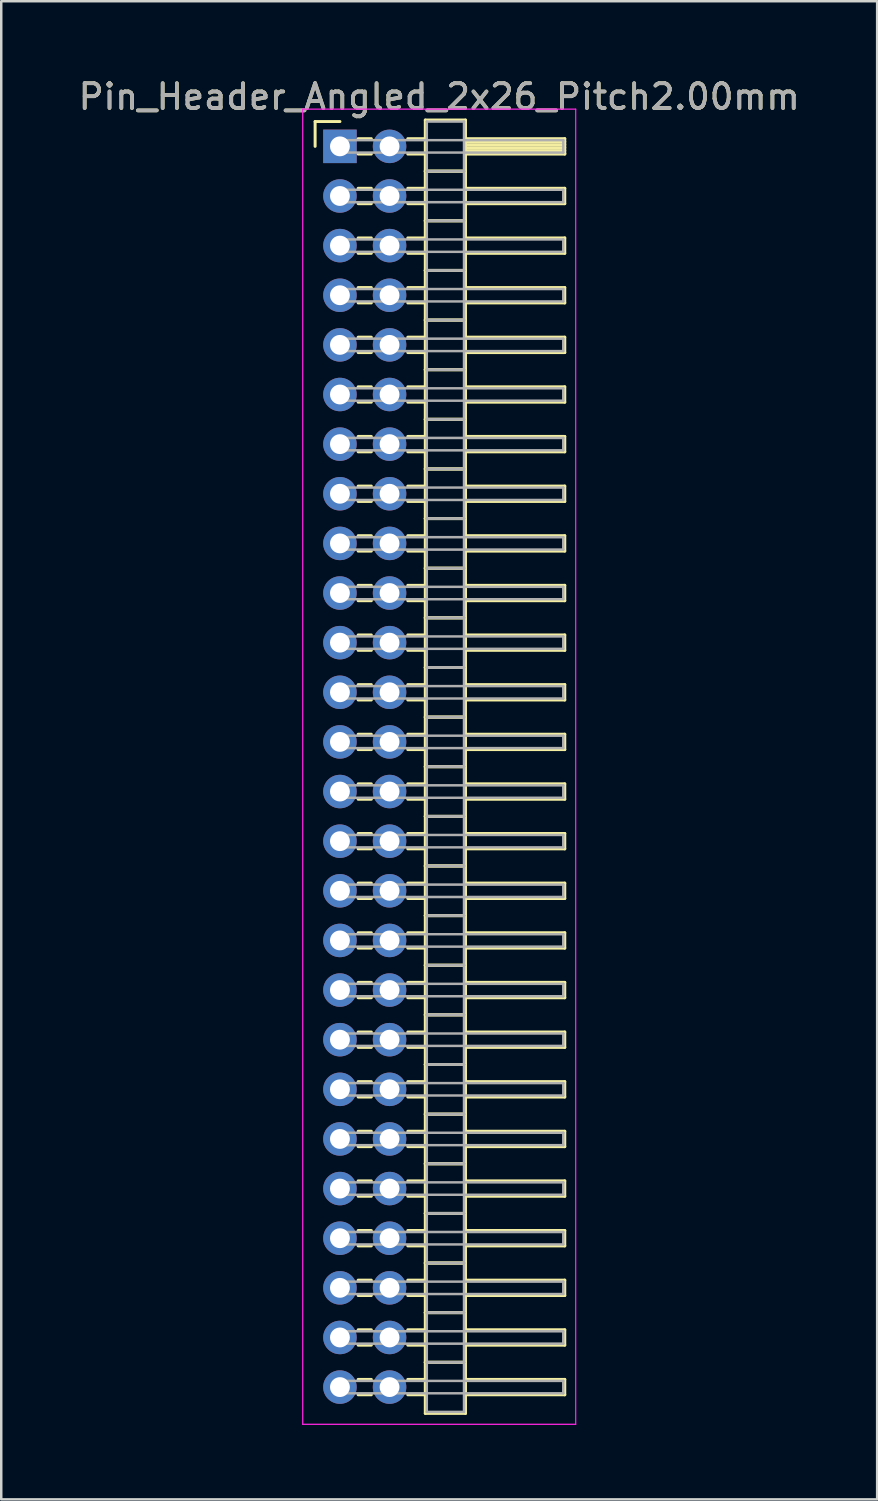
<source format=kicad_pcb>
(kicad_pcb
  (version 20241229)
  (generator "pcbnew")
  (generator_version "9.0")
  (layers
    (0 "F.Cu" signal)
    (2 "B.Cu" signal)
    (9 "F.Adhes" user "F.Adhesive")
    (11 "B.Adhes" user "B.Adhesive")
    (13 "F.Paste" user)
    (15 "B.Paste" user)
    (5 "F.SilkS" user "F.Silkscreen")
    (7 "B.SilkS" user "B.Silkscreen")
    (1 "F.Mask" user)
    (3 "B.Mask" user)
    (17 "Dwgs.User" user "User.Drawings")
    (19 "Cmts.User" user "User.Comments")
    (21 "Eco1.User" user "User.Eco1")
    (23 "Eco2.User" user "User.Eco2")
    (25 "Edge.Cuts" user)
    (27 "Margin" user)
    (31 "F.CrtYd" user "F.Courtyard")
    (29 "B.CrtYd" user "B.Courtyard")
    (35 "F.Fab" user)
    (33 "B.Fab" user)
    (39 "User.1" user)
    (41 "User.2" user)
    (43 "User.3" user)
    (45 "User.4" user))
  (footprint "Pin_Header_Angled_2x26_Pitch2.00mm"
    (layer "F.Cu")
    (at 10.649 2.848)
    (property "Reference" "Pin_Header_Angled_2x26_Pitch2.00mm" (at 4 -2 0) (layer "F.SilkS") (effects (font (size 1 1) (thickness 0.15))))
    (attr through_hole)
    (fp_line (start -1 -1) (end 0 -1) (stroke (width 0.12) (type solid)) (layer "F.SilkS"))
    (fp_line (start -1 0) (end -1 -1) (stroke (width 0.12) (type solid)) (layer "F.SilkS"))
    (fp_line (start 0.735 -0.31) (end 1.265 -0.31) (stroke (width 0.12) (type solid)) (layer "F.SilkS"))
    (fp_line (start 0.735 0.31) (end 1.265 0.31) (stroke (width 0.12) (type solid)) (layer "F.SilkS"))
    (fp_line (start 0.735 1.69) (end 1.265 1.69) (stroke (width 0.12) (type solid)) (layer "F.SilkS"))
    (fp_line (start 0.735 2.31) (end 1.265 2.31) (stroke (width 0.12) (type solid)) (layer "F.SilkS"))
    (fp_line (start 0.735 3.69) (end 1.265 3.69) (stroke (width 0.12) (type solid)) (layer "F.SilkS"))
    (fp_line (start 0.735 4.31) (end 1.265 4.31) (stroke (width 0.12) (type solid)) (layer "F.SilkS"))
    (fp_line (start 0.735 5.69) (end 1.265 5.69) (stroke (width 0.12) (type solid)) (layer "F.SilkS"))
    (fp_line (start 0.735 6.31) (end 1.265 6.31) (stroke (width 0.12) (type solid)) (layer "F.SilkS"))
    (fp_line (start 0.735 7.69) (end 1.265 7.69) (stroke (width 0.12) (type solid)) (layer "F.SilkS"))
    (fp_line (start 0.735 8.31) (end 1.265 8.31) (stroke (width 0.12) (type solid)) (layer "F.SilkS"))
    (fp_line (start 0.735 9.69) (end 1.265 9.69) (stroke (width 0.12) (type solid)) (layer "F.SilkS"))
    (fp_line (start 0.735 10.31) (end 1.265 10.31) (stroke (width 0.12) (type solid)) (layer "F.SilkS"))
    (fp_line (start 0.735 11.69) (end 1.265 11.69) (stroke (width 0.12) (type solid)) (layer "F.SilkS"))
    (fp_line (start 0.735 12.31) (end 1.265 12.31) (stroke (width 0.12) (type solid)) (layer "F.SilkS"))
    (fp_line (start 0.735 13.69) (end 1.265 13.69) (stroke (width 0.12) (type solid)) (layer "F.SilkS"))
    (fp_line (start 0.735 14.31) (end 1.265 14.31) (stroke (width 0.12) (type solid)) (layer "F.SilkS"))
    (fp_line (start 0.735 15.69) (end 1.265 15.69) (stroke (width 0.12) (type solid)) (layer "F.SilkS"))
    (fp_line (start 0.735 16.31) (end 1.265 16.31) (stroke (width 0.12) (type solid)) (layer "F.SilkS"))
    (fp_line (start 0.735 17.69) (end 1.265 17.69) (stroke (width 0.12) (type solid)) (layer "F.SilkS"))
    (fp_line (start 0.735 18.31) (end 1.265 18.31) (stroke (width 0.12) (type solid)) (layer "F.SilkS"))
    (fp_line (start 0.735 19.69) (end 1.265 19.69) (stroke (width 0.12) (type solid)) (layer "F.SilkS"))
    (fp_line (start 0.735 20.31) (end 1.265 20.31) (stroke (width 0.12) (type solid)) (layer "F.SilkS"))
    (fp_line (start 0.735 21.69) (end 1.265 21.69) (stroke (width 0.12) (type solid)) (layer "F.SilkS"))
    (fp_line (start 0.735 22.31) (end 1.265 22.31) (stroke (width 0.12) (type solid)) (layer "F.SilkS"))
    (fp_line (start 0.735 23.69) (end 1.265 23.69) (stroke (width 0.12) (type solid)) (layer "F.SilkS"))
    (fp_line (start 0.735 24.31) (end 1.265 24.31) (stroke (width 0.12) (type solid)) (layer "F.SilkS"))
    (fp_line (start 0.735 25.69) (end 1.265 25.69) (stroke (width 0.12) (type solid)) (layer "F.SilkS"))
    (fp_line (start 0.735 26.31) (end 1.265 26.31) (stroke (width 0.12) (type solid)) (layer "F.SilkS"))
    (fp_line (start 0.735 27.69) (end 1.265 27.69) (stroke (width 0.12) (type solid)) (layer "F.SilkS"))
    (fp_line (start 0.735 28.31) (end 1.265 28.31) (stroke (width 0.12) (type solid)) (layer "F.SilkS"))
    (fp_line (start 0.735 29.69) (end 1.265 29.69) (stroke (width 0.12) (type solid)) (layer "F.SilkS"))
    (fp_line (start 0.735 30.31) (end 1.265 30.31) (stroke (width 0.12) (type solid)) (layer "F.SilkS"))
    (fp_line (start 0.735 31.69) (end 1.265 31.69) (stroke (width 0.12) (type solid)) (layer "F.SilkS"))
    (fp_line (start 0.735 32.31) (end 1.265 32.31) (stroke (width 0.12) (type solid)) (layer "F.SilkS"))
    (fp_line (start 0.735 33.69) (end 1.265 33.69) (stroke (width 0.12) (type solid)) (layer "F.SilkS"))
    (fp_line (start 0.735 34.31) (end 1.265 34.31) (stroke (width 0.12) (type solid)) (layer "F.SilkS"))
    (fp_line (start 0.735 35.69) (end 1.265 35.69) (stroke (width 0.12) (type solid)) (layer "F.SilkS"))
    (fp_line (start 0.735 36.31) (end 1.265 36.31) (stroke (width 0.12) (type solid)) (layer "F.SilkS"))
    (fp_line (start 0.735 37.69) (end 1.265 37.69) (stroke (width 0.12) (type solid)) (layer "F.SilkS"))
    (fp_line (start 0.735 38.31) (end 1.265 38.31) (stroke (width 0.12) (type solid)) (layer "F.SilkS"))
    (fp_line (start 0.735 39.69) (end 1.265 39.69) (stroke (width 0.12) (type solid)) (layer "F.SilkS"))
    (fp_line (start 0.735 40.31) (end 1.265 40.31) (stroke (width 0.12) (type solid)) (layer "F.SilkS"))
    (fp_line (start 0.735 41.69) (end 1.265 41.69) (stroke (width 0.12) (type solid)) (layer "F.SilkS"))
    (fp_line (start 0.735 42.31) (end 1.265 42.31) (stroke (width 0.12) (type solid)) (layer "F.SilkS"))
    (fp_line (start 0.735 43.69) (end 1.265 43.69) (stroke (width 0.12) (type solid)) (layer "F.SilkS"))
    (fp_line (start 0.735 44.31) (end 1.265 44.31) (stroke (width 0.12) (type solid)) (layer "F.SilkS"))
    (fp_line (start 0.735 45.69) (end 1.265 45.69) (stroke (width 0.12) (type solid)) (layer "F.SilkS"))
    (fp_line (start 0.735 46.31) (end 1.265 46.31) (stroke (width 0.12) (type solid)) (layer "F.SilkS"))
    (fp_line (start 0.735 47.69) (end 1.265 47.69) (stroke (width 0.12) (type solid)) (layer "F.SilkS"))
    (fp_line (start 0.735 48.31) (end 1.265 48.31) (stroke (width 0.12) (type solid)) (layer "F.SilkS"))
    (fp_line (start 0.735 49.69) (end 1.265 49.69) (stroke (width 0.12) (type solid)) (layer "F.SilkS"))
    (fp_line (start 0.735 50.31) (end 1.265 50.31) (stroke (width 0.12) (type solid)) (layer "F.SilkS"))
    (fp_line (start 2.735 -0.31) (end 3.44 -0.31) (stroke (width 0.12) (type solid)) (layer "F.SilkS"))
    (fp_line (start 2.735 0.31) (end 3.44 0.31) (stroke (width 0.12) (type solid)) (layer "F.SilkS"))
    (fp_line (start 2.735 1.69) (end 3.44 1.69) (stroke (width 0.12) (type solid)) (layer "F.SilkS"))
    (fp_line (start 2.735 2.31) (end 3.44 2.31) (stroke (width 0.12) (type solid)) (layer "F.SilkS"))
    (fp_line (start 2.735 3.69) (end 3.44 3.69) (stroke (width 0.12) (type solid)) (layer "F.SilkS"))
    (fp_line (start 2.735 4.31) (end 3.44 4.31) (stroke (width 0.12) (type solid)) (layer "F.SilkS"))
    (fp_line (start 2.735 5.69) (end 3.44 5.69) (stroke (width 0.12) (type solid)) (layer "F.SilkS"))
    (fp_line (start 2.735 6.31) (end 3.44 6.31) (stroke (width 0.12) (type solid)) (layer "F.SilkS"))
    (fp_line (start 2.735 7.69) (end 3.44 7.69) (stroke (width 0.12) (type solid)) (layer "F.SilkS"))
    (fp_line (start 2.735 8.31) (end 3.44 8.31) (stroke (width 0.12) (type solid)) (layer "F.SilkS"))
    (fp_line (start 2.735 9.69) (end 3.44 9.69) (stroke (width 0.12) (type solid)) (layer "F.SilkS"))
    (fp_line (start 2.735 10.31) (end 3.44 10.31) (stroke (width 0.12) (type solid)) (layer "F.SilkS"))
    (fp_line (start 2.735 11.69) (end 3.44 11.69) (stroke (width 0.12) (type solid)) (layer "F.SilkS"))
    (fp_line (start 2.735 12.31) (end 3.44 12.31) (stroke (width 0.12) (type solid)) (layer "F.SilkS"))
    (fp_line (start 2.735 13.69) (end 3.44 13.69) (stroke (width 0.12) (type solid)) (layer "F.SilkS"))
    (fp_line (start 2.735 14.31) (end 3.44 14.31) (stroke (width 0.12) (type solid)) (layer "F.SilkS"))
    (fp_line (start 2.735 15.69) (end 3.44 15.69) (stroke (width 0.12) (type solid)) (layer "F.SilkS"))
    (fp_line (start 2.735 16.31) (end 3.44 16.31) (stroke (width 0.12) (type solid)) (layer "F.SilkS"))
    (fp_line (start 2.735 17.69) (end 3.44 17.69) (stroke (width 0.12) (type solid)) (layer "F.SilkS"))
    (fp_line (start 2.735 18.31) (end 3.44 18.31) (stroke (width 0.12) (type solid)) (layer "F.SilkS"))
    (fp_line (start 2.735 19.69) (end 3.44 19.69) (stroke (width 0.12) (type solid)) (layer "F.SilkS"))
    (fp_line (start 2.735 20.31) (end 3.44 20.31) (stroke (width 0.12) (type solid)) (layer "F.SilkS"))
    (fp_line (start 2.735 21.69) (end 3.44 21.69) (stroke (width 0.12) (type solid)) (layer "F.SilkS"))
    (fp_line (start 2.735 22.31) (end 3.44 22.31) (stroke (width 0.12) (type solid)) (layer "F.SilkS"))
    (fp_line (start 2.735 23.69) (end 3.44 23.69) (stroke (width 0.12) (type solid)) (layer "F.SilkS"))
    (fp_line (start 2.735 24.31) (end 3.44 24.31) (stroke (width 0.12) (type solid)) (layer "F.SilkS"))
    (fp_line (start 2.735 25.69) (end 3.44 25.69) (stroke (width 0.12) (type solid)) (layer "F.SilkS"))
    (fp_line (start 2.735 26.31) (end 3.44 26.31) (stroke (width 0.12) (type solid)) (layer "F.SilkS"))
    (fp_line (start 2.735 27.69) (end 3.44 27.69) (stroke (width 0.12) (type solid)) (layer "F.SilkS"))
    (fp_line (start 2.735 28.31) (end 3.44 28.31) (stroke (width 0.12) (type solid)) (layer "F.SilkS"))
    (fp_line (start 2.735 29.69) (end 3.44 29.69) (stroke (width 0.12) (type solid)) (layer "F.SilkS"))
    (fp_line (start 2.735 30.31) (end 3.44 30.31) (stroke (width 0.12) (type solid)) (layer "F.SilkS"))
    (fp_line (start 2.735 31.69) (end 3.44 31.69) (stroke (width 0.12) (type solid)) (layer "F.SilkS"))
    (fp_line (start 2.735 32.31) (end 3.44 32.31) (stroke (width 0.12) (type solid)) (layer "F.SilkS"))
    (fp_line (start 2.735 33.69) (end 3.44 33.69) (stroke (width 0.12) (type solid)) (layer "F.SilkS"))
    (fp_line (start 2.735 34.31) (end 3.44 34.31) (stroke (width 0.12) (type solid)) (layer "F.SilkS"))
    (fp_line (start 2.735 35.69) (end 3.44 35.69) (stroke (width 0.12) (type solid)) (layer "F.SilkS"))
    (fp_line (start 2.735 36.31) (end 3.44 36.31) (stroke (width 0.12) (type solid)) (layer "F.SilkS"))
    (fp_line (start 2.735 37.69) (end 3.44 37.69) (stroke (width 0.12) (type solid)) (layer "F.SilkS"))
    (fp_line (start 2.735 38.31) (end 3.44 38.31) (stroke (width 0.12) (type solid)) (layer "F.SilkS"))
    (fp_line (start 2.735 39.69) (end 3.44 39.69) (stroke (width 0.12) (type solid)) (layer "F.SilkS"))
    (fp_line (start 2.735 40.31) (end 3.44 40.31) (stroke (width 0.12) (type solid)) (layer "F.SilkS"))
    (fp_line (start 2.735 41.69) (end 3.44 41.69) (stroke (width 0.12) (type solid)) (layer "F.SilkS"))
    (fp_line (start 2.735 42.31) (end 3.44 42.31) (stroke (width 0.12) (type solid)) (layer "F.SilkS"))
    (fp_line (start 2.735 43.69) (end 3.44 43.69) (stroke (width 0.12) (type solid)) (layer "F.SilkS"))
    (fp_line (start 2.735 44.31) (end 3.44 44.31) (stroke (width 0.12) (type solid)) (layer "F.SilkS"))
    (fp_line (start 2.735 45.69) (end 3.44 45.69) (stroke (width 0.12) (type solid)) (layer "F.SilkS"))
    (fp_line (start 2.735 46.31) (end 3.44 46.31) (stroke (width 0.12) (type solid)) (layer "F.SilkS"))
    (fp_line (start 2.735 47.69) (end 3.44 47.69) (stroke (width 0.12) (type solid)) (layer "F.SilkS"))
    (fp_line (start 2.735 48.31) (end 3.44 48.31) (stroke (width 0.12) (type solid)) (layer "F.SilkS"))
    (fp_line (start 2.735 49.69) (end 3.44 49.69) (stroke (width 0.12) (type solid)) (layer "F.SilkS"))
    (fp_line (start 2.735 50.31) (end 3.44 50.31) (stroke (width 0.12) (type solid)) (layer "F.SilkS"))
    (fp_line (start 3.44 -1.06) (end 3.44 1) (stroke (width 0.12) (type solid)) (layer "F.SilkS"))
    (fp_line (start 3.44 1) (end 3.44 3) (stroke (width 0.12) (type solid)) (layer "F.SilkS"))
    (fp_line (start 3.44 1) (end 5.06 1) (stroke (width 0.12) (type solid)) (layer "F.SilkS"))
    (fp_line (start 3.44 3) (end 3.44 5) (stroke (width 0.12) (type solid)) (layer "F.SilkS"))
    (fp_line (start 3.44 3) (end 5.06 3) (stroke (width 0.12) (type solid)) (layer "F.SilkS"))
    (fp_line (start 3.44 5) (end 3.44 7) (stroke (width 0.12) (type solid)) (layer "F.SilkS"))
    (fp_line (start 3.44 5) (end 5.06 5) (stroke (width 0.12) (type solid)) (layer "F.SilkS"))
    (fp_line (start 3.44 7) (end 3.44 9) (stroke (width 0.12) (type solid)) (layer "F.SilkS"))
    (fp_line (start 3.44 7) (end 5.06 7) (stroke (width 0.12) (type solid)) (layer "F.SilkS"))
    (fp_line (start 3.44 9) (end 3.44 11) (stroke (width 0.12) (type solid)) (layer "F.SilkS"))
    (fp_line (start 3.44 9) (end 5.06 9) (stroke (width 0.12) (type solid)) (layer "F.SilkS"))
    (fp_line (start 3.44 11) (end 3.44 13) (stroke (width 0.12) (type solid)) (layer "F.SilkS"))
    (fp_line (start 3.44 11) (end 5.06 11) (stroke (width 0.12) (type solid)) (layer "F.SilkS"))
    (fp_line (start 3.44 13) (end 3.44 15) (stroke (width 0.12) (type solid)) (layer "F.SilkS"))
    (fp_line (start 3.44 13) (end 5.06 13) (stroke (width 0.12) (type solid)) (layer "F.SilkS"))
    (fp_line (start 3.44 15) (end 3.44 17) (stroke (width 0.12) (type solid)) (layer "F.SilkS"))
    (fp_line (start 3.44 15) (end 5.06 15) (stroke (width 0.12) (type solid)) (layer "F.SilkS"))
    (fp_line (start 3.44 17) (end 3.44 19) (stroke (width 0.12) (type solid)) (layer "F.SilkS"))
    (fp_line (start 3.44 17) (end 5.06 17) (stroke (width 0.12) (type solid)) (layer "F.SilkS"))
    (fp_line (start 3.44 19) (end 3.44 21) (stroke (width 0.12) (type solid)) (layer "F.SilkS"))
    (fp_line (start 3.44 19) (end 5.06 19) (stroke (width 0.12) (type solid)) (layer "F.SilkS"))
    (fp_line (start 3.44 21) (end 3.44 23) (stroke (width 0.12) (type solid)) (layer "F.SilkS"))
    (fp_line (start 3.44 21) (end 5.06 21) (stroke (width 0.12) (type solid)) (layer "F.SilkS"))
    (fp_line (start 3.44 23) (end 3.44 25) (stroke (width 0.12) (type solid)) (layer "F.SilkS"))
    (fp_line (start 3.44 23) (end 5.06 23) (stroke (width 0.12) (type solid)) (layer "F.SilkS"))
    (fp_line (start 3.44 25) (end 3.44 27) (stroke (width 0.12) (type solid)) (layer "F.SilkS"))
    (fp_line (start 3.44 25) (end 5.06 25) (stroke (width 0.12) (type solid)) (layer "F.SilkS"))
    (fp_line (start 3.44 27) (end 3.44 29) (stroke (width 0.12) (type solid)) (layer "F.SilkS"))
    (fp_line (start 3.44 27) (end 5.06 27) (stroke (width 0.12) (type solid)) (layer "F.SilkS"))
    (fp_line (start 3.44 29) (end 3.44 31) (stroke (width 0.12) (type solid)) (layer "F.SilkS"))
    (fp_line (start 3.44 29) (end 5.06 29) (stroke (width 0.12) (type solid)) (layer "F.SilkS"))
    (fp_line (start 3.44 31) (end 3.44 33) (stroke (width 0.12) (type solid)) (layer "F.SilkS"))
    (fp_line (start 3.44 31) (end 5.06 31) (stroke (width 0.12) (type solid)) (layer "F.SilkS"))
    (fp_line (start 3.44 33) (end 3.44 35) (stroke (width 0.12) (type solid)) (layer "F.SilkS"))
    (fp_line (start 3.44 33) (end 5.06 33) (stroke (width 0.12) (type solid)) (layer "F.SilkS"))
    (fp_line (start 3.44 35) (end 3.44 37) (stroke (width 0.12) (type solid)) (layer "F.SilkS"))
    (fp_line (start 3.44 35) (end 5.06 35) (stroke (width 0.12) (type solid)) (layer "F.SilkS"))
    (fp_line (start 3.44 37) (end 3.44 39) (stroke (width 0.12) (type solid)) (layer "F.SilkS"))
    (fp_line (start 3.44 37) (end 5.06 37) (stroke (width 0.12) (type solid)) (layer "F.SilkS"))
    (fp_line (start 3.44 39) (end 3.44 41) (stroke (width 0.12) (type solid)) (layer "F.SilkS"))
    (fp_line (start 3.44 39) (end 5.06 39) (stroke (width 0.12) (type solid)) (layer "F.SilkS"))
    (fp_line (start 3.44 41) (end 3.44 43) (stroke (width 0.12) (type solid)) (layer "F.SilkS"))
    (fp_line (start 3.44 41) (end 5.06 41) (stroke (width 0.12) (type solid)) (layer "F.SilkS"))
    (fp_line (start 3.44 43) (end 3.44 45) (stroke (width 0.12) (type solid)) (layer "F.SilkS"))
    (fp_line (start 3.44 43) (end 5.06 43) (stroke (width 0.12) (type solid)) (layer "F.SilkS"))
    (fp_line (start 3.44 45) (end 3.44 47) (stroke (width 0.12) (type solid)) (layer "F.SilkS"))
    (fp_line (start 3.44 45) (end 5.06 45) (stroke (width 0.12) (type solid)) (layer "F.SilkS"))
    (fp_line (start 3.44 47) (end 3.44 49) (stroke (width 0.12) (type solid)) (layer "F.SilkS"))
    (fp_line (start 3.44 47) (end 5.06 47) (stroke (width 0.12) (type solid)) (layer "F.SilkS"))
    (fp_line (start 3.44 49) (end 3.44 51.06) (stroke (width 0.12) (type solid)) (layer "F.SilkS"))
    (fp_line (start 3.44 49) (end 5.06 49) (stroke (width 0.12) (type solid)) (layer "F.SilkS"))
    (fp_line (start 3.44 51.06) (end 5.06 51.06) (stroke (width 0.12) (type solid)) (layer "F.SilkS"))
    (fp_line (start 5.06 -1.06) (end 3.44 -1.06) (stroke (width 0.12) (type solid)) (layer "F.SilkS"))
    (fp_line (start 5.06 -0.31) (end 5.06 0.31) (stroke (width 0.12) (type solid)) (layer "F.SilkS"))
    (fp_line (start 5.06 -0.19) (end 9.06 -0.19) (stroke (width 0.12) (type solid)) (layer "F.SilkS"))
    (fp_line (start 5.06 -0.07) (end 9.06 -0.07) (stroke (width 0.12) (type solid)) (layer "F.SilkS"))
    (fp_line (start 5.06 0.05) (end 9.06 0.05) (stroke (width 0.12) (type solid)) (layer "F.SilkS"))
    (fp_line (start 5.06 0.17) (end 9.06 0.17) (stroke (width 0.12) (type solid)) (layer "F.SilkS"))
    (fp_line (start 5.06 0.29) (end 9.06 0.29) (stroke (width 0.12) (type solid)) (layer "F.SilkS"))
    (fp_line (start 5.06 0.31) (end 9.06 0.31) (stroke (width 0.12) (type solid)) (layer "F.SilkS"))
    (fp_line (start 5.06 1) (end 3.44 1) (stroke (width 0.12) (type solid)) (layer "F.SilkS"))
    (fp_line (start 5.06 1) (end 5.06 -1.06) (stroke (width 0.12) (type solid)) (layer "F.SilkS"))
    (fp_line (start 5.06 1.69) (end 5.06 2.31) (stroke (width 0.12) (type solid)) (layer "F.SilkS"))
    (fp_line (start 5.06 2.31) (end 9.06 2.31) (stroke (width 0.12) (type solid)) (layer "F.SilkS"))
    (fp_line (start 5.06 3) (end 3.44 3) (stroke (width 0.12) (type solid)) (layer "F.SilkS"))
    (fp_line (start 5.06 3) (end 5.06 1) (stroke (width 0.12) (type solid)) (layer "F.SilkS"))
    (fp_line (start 5.06 3.69) (end 5.06 4.31) (stroke (width 0.12) (type solid)) (layer "F.SilkS"))
    (fp_line (start 5.06 4.31) (end 9.06 4.31) (stroke (width 0.12) (type solid)) (layer "F.SilkS"))
    (fp_line (start 5.06 5) (end 3.44 5) (stroke (width 0.12) (type solid)) (layer "F.SilkS"))
    (fp_line (start 5.06 5) (end 5.06 3) (stroke (width 0.12) (type solid)) (layer "F.SilkS"))
    (fp_line (start 5.06 5.69) (end 5.06 6.31) (stroke (width 0.12) (type solid)) (layer "F.SilkS"))
    (fp_line (start 5.06 6.31) (end 9.06 6.31) (stroke (width 0.12) (type solid)) (layer "F.SilkS"))
    (fp_line (start 5.06 7) (end 3.44 7) (stroke (width 0.12) (type solid)) (layer "F.SilkS"))
    (fp_line (start 5.06 7) (end 5.06 5) (stroke (width 0.12) (type solid)) (layer "F.SilkS"))
    (fp_line (start 5.06 7.69) (end 5.06 8.31) (stroke (width 0.12) (type solid)) (layer "F.SilkS"))
    (fp_line (start 5.06 8.31) (end 9.06 8.31) (stroke (width 0.12) (type solid)) (layer "F.SilkS"))
    (fp_line (start 5.06 9) (end 3.44 9) (stroke (width 0.12) (type solid)) (layer "F.SilkS"))
    (fp_line (start 5.06 9) (end 5.06 7) (stroke (width 0.12) (type solid)) (layer "F.SilkS"))
    (fp_line (start 5.06 9.69) (end 5.06 10.31) (stroke (width 0.12) (type solid)) (layer "F.SilkS"))
    (fp_line (start 5.06 10.31) (end 9.06 10.31) (stroke (width 0.12) (type solid)) (layer "F.SilkS"))
    (fp_line (start 5.06 11) (end 3.44 11) (stroke (width 0.12) (type solid)) (layer "F.SilkS"))
    (fp_line (start 5.06 11) (end 5.06 9) (stroke (width 0.12) (type solid)) (layer "F.SilkS"))
    (fp_line (start 5.06 11.69) (end 5.06 12.31) (stroke (width 0.12) (type solid)) (layer "F.SilkS"))
    (fp_line (start 5.06 12.31) (end 9.06 12.31) (stroke (width 0.12) (type solid)) (layer "F.SilkS"))
    (fp_line (start 5.06 13) (end 3.44 13) (stroke (width 0.12) (type solid)) (layer "F.SilkS"))
    (fp_line (start 5.06 13) (end 5.06 11) (stroke (width 0.12) (type solid)) (layer "F.SilkS"))
    (fp_line (start 5.06 13.69) (end 5.06 14.31) (stroke (width 0.12) (type solid)) (layer "F.SilkS"))
    (fp_line (start 5.06 14.31) (end 9.06 14.31) (stroke (width 0.12) (type solid)) (layer "F.SilkS"))
    (fp_line (start 5.06 15) (end 3.44 15) (stroke (width 0.12) (type solid)) (layer "F.SilkS"))
    (fp_line (start 5.06 15) (end 5.06 13) (stroke (width 0.12) (type solid)) (layer "F.SilkS"))
    (fp_line (start 5.06 15.69) (end 5.06 16.31) (stroke (width 0.12) (type solid)) (layer "F.SilkS"))
    (fp_line (start 5.06 16.31) (end 9.06 16.31) (stroke (width 0.12) (type solid)) (layer "F.SilkS"))
    (fp_line (start 5.06 17) (end 3.44 17) (stroke (width 0.12) (type solid)) (layer "F.SilkS"))
    (fp_line (start 5.06 17) (end 5.06 15) (stroke (width 0.12) (type solid)) (layer "F.SilkS"))
    (fp_line (start 5.06 17.69) (end 5.06 18.31) (stroke (width 0.12) (type solid)) (layer "F.SilkS"))
    (fp_line (start 5.06 18.31) (end 9.06 18.31) (stroke (width 0.12) (type solid)) (layer "F.SilkS"))
    (fp_line (start 5.06 19) (end 3.44 19) (stroke (width 0.12) (type solid)) (layer "F.SilkS"))
    (fp_line (start 5.06 19) (end 5.06 17) (stroke (width 0.12) (type solid)) (layer "F.SilkS"))
    (fp_line (start 5.06 19.69) (end 5.06 20.31) (stroke (width 0.12) (type solid)) (layer "F.SilkS"))
    (fp_line (start 5.06 20.31) (end 9.06 20.31) (stroke (width 0.12) (type solid)) (layer "F.SilkS"))
    (fp_line (start 5.06 21) (end 3.44 21) (stroke (width 0.12) (type solid)) (layer "F.SilkS"))
    (fp_line (start 5.06 21) (end 5.06 19) (stroke (width 0.12) (type solid)) (layer "F.SilkS"))
    (fp_line (start 5.06 21.69) (end 5.06 22.31) (stroke (width 0.12) (type solid)) (layer "F.SilkS"))
    (fp_line (start 5.06 22.31) (end 9.06 22.31) (stroke (width 0.12) (type solid)) (layer "F.SilkS"))
    (fp_line (start 5.06 23) (end 3.44 23) (stroke (width 0.12) (type solid)) (layer "F.SilkS"))
    (fp_line (start 5.06 23) (end 5.06 21) (stroke (width 0.12) (type solid)) (layer "F.SilkS"))
    (fp_line (start 5.06 23.69) (end 5.06 24.31) (stroke (width 0.12) (type solid)) (layer "F.SilkS"))
    (fp_line (start 5.06 24.31) (end 9.06 24.31) (stroke (width 0.12) (type solid)) (layer "F.SilkS"))
    (fp_line (start 5.06 25) (end 3.44 25) (stroke (width 0.12) (type solid)) (layer "F.SilkS"))
    (fp_line (start 5.06 25) (end 5.06 23) (stroke (width 0.12) (type solid)) (layer "F.SilkS"))
    (fp_line (start 5.06 25.69) (end 5.06 26.31) (stroke (width 0.12) (type solid)) (layer "F.SilkS"))
    (fp_line (start 5.06 26.31) (end 9.06 26.31) (stroke (width 0.12) (type solid)) (layer "F.SilkS"))
    (fp_line (start 5.06 27) (end 3.44 27) (stroke (width 0.12) (type solid)) (layer "F.SilkS"))
    (fp_line (start 5.06 27) (end 5.06 25) (stroke (width 0.12) (type solid)) (layer "F.SilkS"))
    (fp_line (start 5.06 27.69) (end 5.06 28.31) (stroke (width 0.12) (type solid)) (layer "F.SilkS"))
    (fp_line (start 5.06 28.31) (end 9.06 28.31) (stroke (width 0.12) (type solid)) (layer "F.SilkS"))
    (fp_line (start 5.06 29) (end 3.44 29) (stroke (width 0.12) (type solid)) (layer "F.SilkS"))
    (fp_line (start 5.06 29) (end 5.06 27) (stroke (width 0.12) (type solid)) (layer "F.SilkS"))
    (fp_line (start 5.06 29.69) (end 5.06 30.31) (stroke (width 0.12) (type solid)) (layer "F.SilkS"))
    (fp_line (start 5.06 30.31) (end 9.06 30.31) (stroke (width 0.12) (type solid)) (layer "F.SilkS"))
    (fp_line (start 5.06 31) (end 3.44 31) (stroke (width 0.12) (type solid)) (layer "F.SilkS"))
    (fp_line (start 5.06 31) (end 5.06 29) (stroke (width 0.12) (type solid)) (layer "F.SilkS"))
    (fp_line (start 5.06 31.69) (end 5.06 32.31) (stroke (width 0.12) (type solid)) (layer "F.SilkS"))
    (fp_line (start 5.06 32.31) (end 9.06 32.31) (stroke (width 0.12) (type solid)) (layer "F.SilkS"))
    (fp_line (start 5.06 33) (end 3.44 33) (stroke (width 0.12) (type solid)) (layer "F.SilkS"))
    (fp_line (start 5.06 33) (end 5.06 31) (stroke (width 0.12) (type solid)) (layer "F.SilkS"))
    (fp_line (start 5.06 33.69) (end 5.06 34.31) (stroke (width 0.12) (type solid)) (layer "F.SilkS"))
    (fp_line (start 5.06 34.31) (end 9.06 34.31) (stroke (width 0.12) (type solid)) (layer "F.SilkS"))
    (fp_line (start 5.06 35) (end 3.44 35) (stroke (width 0.12) (type solid)) (layer "F.SilkS"))
    (fp_line (start 5.06 35) (end 5.06 33) (stroke (width 0.12) (type solid)) (layer "F.SilkS"))
    (fp_line (start 5.06 35.69) (end 5.06 36.31) (stroke (width 0.12) (type solid)) (layer "F.SilkS"))
    (fp_line (start 5.06 36.31) (end 9.06 36.31) (stroke (width 0.12) (type solid)) (layer "F.SilkS"))
    (fp_line (start 5.06 37) (end 3.44 37) (stroke (width 0.12) (type solid)) (layer "F.SilkS"))
    (fp_line (start 5.06 37) (end 5.06 35) (stroke (width 0.12) (type solid)) (layer "F.SilkS"))
    (fp_line (start 5.06 37.69) (end 5.06 38.31) (stroke (width 0.12) (type solid)) (layer "F.SilkS"))
    (fp_line (start 5.06 38.31) (end 9.06 38.31) (stroke (width 0.12) (type solid)) (layer "F.SilkS"))
    (fp_line (start 5.06 39) (end 3.44 39) (stroke (width 0.12) (type solid)) (layer "F.SilkS"))
    (fp_line (start 5.06 39) (end 5.06 37) (stroke (width 0.12) (type solid)) (layer "F.SilkS"))
    (fp_line (start 5.06 39.69) (end 5.06 40.31) (stroke (width 0.12) (type solid)) (layer "F.SilkS"))
    (fp_line (start 5.06 40.31) (end 9.06 40.31) (stroke (width 0.12) (type solid)) (layer "F.SilkS"))
    (fp_line (start 5.06 41) (end 3.44 41) (stroke (width 0.12) (type solid)) (layer "F.SilkS"))
    (fp_line (start 5.06 41) (end 5.06 39) (stroke (width 0.12) (type solid)) (layer "F.SilkS"))
    (fp_line (start 5.06 41.69) (end 5.06 42.31) (stroke (width 0.12) (type solid)) (layer "F.SilkS"))
    (fp_line (start 5.06 42.31) (end 9.06 42.31) (stroke (width 0.12) (type solid)) (layer "F.SilkS"))
    (fp_line (start 5.06 43) (end 3.44 43) (stroke (width 0.12) (type solid)) (layer "F.SilkS"))
    (fp_line (start 5.06 43) (end 5.06 41) (stroke (width 0.12) (type solid)) (layer "F.SilkS"))
    (fp_line (start 5.06 43.69) (end 5.06 44.31) (stroke (width 0.12) (type solid)) (layer "F.SilkS"))
    (fp_line (start 5.06 44.31) (end 9.06 44.31) (stroke (width 0.12) (type solid)) (layer "F.SilkS"))
    (fp_line (start 5.06 45) (end 3.44 45) (stroke (width 0.12) (type solid)) (layer "F.SilkS"))
    (fp_line (start 5.06 45) (end 5.06 43) (stroke (width 0.12) (type solid)) (layer "F.SilkS"))
    (fp_line (start 5.06 45.69) (end 5.06 46.31) (stroke (width 0.12) (type solid)) (layer "F.SilkS"))
    (fp_line (start 5.06 46.31) (end 9.06 46.31) (stroke (width 0.12) (type solid)) (layer "F.SilkS"))
    (fp_line (start 5.06 47) (end 3.44 47) (stroke (width 0.12) (type solid)) (layer "F.SilkS"))
    (fp_line (start 5.06 47) (end 5.06 45) (stroke (width 0.12) (type solid)) (layer "F.SilkS"))
    (fp_line (start 5.06 47.69) (end 5.06 48.31) (stroke (width 0.12) (type solid)) (layer "F.SilkS"))
    (fp_line (start 5.06 48.31) (end 9.06 48.31) (stroke (width 0.12) (type solid)) (layer "F.SilkS"))
    (fp_line (start 5.06 49) (end 3.44 49) (stroke (width 0.12) (type solid)) (layer "F.SilkS"))
    (fp_line (start 5.06 49) (end 5.06 47) (stroke (width 0.12) (type solid)) (layer "F.SilkS"))
    (fp_line (start 5.06 49.69) (end 5.06 50.31) (stroke (width 0.12) (type solid)) (layer "F.SilkS"))
    (fp_line (start 5.06 50.31) (end 9.06 50.31) (stroke (width 0.12) (type solid)) (layer "F.SilkS"))
    (fp_line (start 5.06 51.06) (end 5.06 49) (stroke (width 0.12) (type solid)) (layer "F.SilkS"))
    (fp_line (start 9.06 -0.31) (end 5.06 -0.31) (stroke (width 0.12) (type solid)) (layer "F.SilkS"))
    (fp_line (start 9.06 0.31) (end 9.06 -0.31) (stroke (width 0.12) (type solid)) (layer "F.SilkS"))
    (fp_line (start 9.06 1.69) (end 5.06 1.69) (stroke (width 0.12) (type solid)) (layer "F.SilkS"))
    (fp_line (start 9.06 2.31) (end 9.06 1.69) (stroke (width 0.12) (type solid)) (layer "F.SilkS"))
    (fp_line (start 9.06 3.69) (end 5.06 3.69) (stroke (width 0.12) (type solid)) (layer "F.SilkS"))
    (fp_line (start 9.06 4.31) (end 9.06 3.69) (stroke (width 0.12) (type solid)) (layer "F.SilkS"))
    (fp_line (start 9.06 5.69) (end 5.06 5.69) (stroke (width 0.12) (type solid)) (layer "F.SilkS"))
    (fp_line (start 9.06 6.31) (end 9.06 5.69) (stroke (width 0.12) (type solid)) (layer "F.SilkS"))
    (fp_line (start 9.06 7.69) (end 5.06 7.69) (stroke (width 0.12) (type solid)) (layer "F.SilkS"))
    (fp_line (start 9.06 8.31) (end 9.06 7.69) (stroke (width 0.12) (type solid)) (layer "F.SilkS"))
    (fp_line (start 9.06 9.69) (end 5.06 9.69) (stroke (width 0.12) (type solid)) (layer "F.SilkS"))
    (fp_line (start 9.06 10.31) (end 9.06 9.69) (stroke (width 0.12) (type solid)) (layer "F.SilkS"))
    (fp_line (start 9.06 11.69) (end 5.06 11.69) (stroke (width 0.12) (type solid)) (layer "F.SilkS"))
    (fp_line (start 9.06 12.31) (end 9.06 11.69) (stroke (width 0.12) (type solid)) (layer "F.SilkS"))
    (fp_line (start 9.06 13.69) (end 5.06 13.69) (stroke (width 0.12) (type solid)) (layer "F.SilkS"))
    (fp_line (start 9.06 14.31) (end 9.06 13.69) (stroke (width 0.12) (type solid)) (layer "F.SilkS"))
    (fp_line (start 9.06 15.69) (end 5.06 15.69) (stroke (width 0.12) (type solid)) (layer "F.SilkS"))
    (fp_line (start 9.06 16.31) (end 9.06 15.69) (stroke (width 0.12) (type solid)) (layer "F.SilkS"))
    (fp_line (start 9.06 17.69) (end 5.06 17.69) (stroke (width 0.12) (type solid)) (layer "F.SilkS"))
    (fp_line (start 9.06 18.31) (end 9.06 17.69) (stroke (width 0.12) (type solid)) (layer "F.SilkS"))
    (fp_line (start 9.06 19.69) (end 5.06 19.69) (stroke (width 0.12) (type solid)) (layer "F.SilkS"))
    (fp_line (start 9.06 20.31) (end 9.06 19.69) (stroke (width 0.12) (type solid)) (layer "F.SilkS"))
    (fp_line (start 9.06 21.69) (end 5.06 21.69) (stroke (width 0.12) (type solid)) (layer "F.SilkS"))
    (fp_line (start 9.06 22.31) (end 9.06 21.69) (stroke (width 0.12) (type solid)) (layer "F.SilkS"))
    (fp_line (start 9.06 23.69) (end 5.06 23.69) (stroke (width 0.12) (type solid)) (layer "F.SilkS"))
    (fp_line (start 9.06 24.31) (end 9.06 23.69) (stroke (width 0.12) (type solid)) (layer "F.SilkS"))
    (fp_line (start 9.06 25.69) (end 5.06 25.69) (stroke (width 0.12) (type solid)) (layer "F.SilkS"))
    (fp_line (start 9.06 26.31) (end 9.06 25.69) (stroke (width 0.12) (type solid)) (layer "F.SilkS"))
    (fp_line (start 9.06 27.69) (end 5.06 27.69) (stroke (width 0.12) (type solid)) (layer "F.SilkS"))
    (fp_line (start 9.06 28.31) (end 9.06 27.69) (stroke (width 0.12) (type solid)) (layer "F.SilkS"))
    (fp_line (start 9.06 29.69) (end 5.06 29.69) (stroke (width 0.12) (type solid)) (layer "F.SilkS"))
    (fp_line (start 9.06 30.31) (end 9.06 29.69) (stroke (width 0.12) (type solid)) (layer "F.SilkS"))
    (fp_line (start 9.06 31.69) (end 5.06 31.69) (stroke (width 0.12) (type solid)) (layer "F.SilkS"))
    (fp_line (start 9.06 32.31) (end 9.06 31.69) (stroke (width 0.12) (type solid)) (layer "F.SilkS"))
    (fp_line (start 9.06 33.69) (end 5.06 33.69) (stroke (width 0.12) (type solid)) (layer "F.SilkS"))
    (fp_line (start 9.06 34.31) (end 9.06 33.69) (stroke (width 0.12) (type solid)) (layer "F.SilkS"))
    (fp_line (start 9.06 35.69) (end 5.06 35.69) (stroke (width 0.12) (type solid)) (layer "F.SilkS"))
    (fp_line (start 9.06 36.31) (end 9.06 35.69) (stroke (width 0.12) (type solid)) (layer "F.SilkS"))
    (fp_line (start 9.06 37.69) (end 5.06 37.69) (stroke (width 0.12) (type solid)) (layer "F.SilkS"))
    (fp_line (start 9.06 38.31) (end 9.06 37.69) (stroke (width 0.12) (type solid)) (layer "F.SilkS"))
    (fp_line (start 9.06 39.69) (end 5.06 39.69) (stroke (width 0.12) (type solid)) (layer "F.SilkS"))
    (fp_line (start 9.06 40.31) (end 9.06 39.69) (stroke (width 0.12) (type solid)) (layer "F.SilkS"))
    (fp_line (start 9.06 41.69) (end 5.06 41.69) (stroke (width 0.12) (type solid)) (layer "F.SilkS"))
    (fp_line (start 9.06 42.31) (end 9.06 41.69) (stroke (width 0.12) (type solid)) (layer "F.SilkS"))
    (fp_line (start 9.06 43.69) (end 5.06 43.69) (stroke (width 0.12) (type solid)) (layer "F.SilkS"))
    (fp_line (start 9.06 44.31) (end 9.06 43.69) (stroke (width 0.12) (type solid)) (layer "F.SilkS"))
    (fp_line (start 9.06 45.69) (end 5.06 45.69) (stroke (width 0.12) (type solid)) (layer "F.SilkS"))
    (fp_line (start 9.06 46.31) (end 9.06 45.69) (stroke (width 0.12) (type solid)) (layer "F.SilkS"))
    (fp_line (start 9.06 47.69) (end 5.06 47.69) (stroke (width 0.12) (type solid)) (layer "F.SilkS"))
    (fp_line (start 9.06 48.31) (end 9.06 47.69) (stroke (width 0.12) (type solid)) (layer "F.SilkS"))
    (fp_line (start 9.06 49.69) (end 5.06 49.69) (stroke (width 0.12) (type solid)) (layer "F.SilkS"))
    (fp_line (start 9.06 50.31) (end 9.06 49.69) (stroke (width 0.12) (type solid)) (layer "F.SilkS"))
    (fp_line (start -1.5 -1.5) (end -1.5 51.5) (stroke (width 0.05) (type solid)) (layer "F.CrtYd"))
    (fp_line (start -1.5 51.5) (end 9.5 51.5) (stroke (width 0.05) (type solid)) (layer "F.CrtYd"))
    (fp_line (start 9.5 -1.5) (end -1.5 -1.5) (stroke (width 0.05) (type solid)) (layer "F.CrtYd"))
    (fp_line (start 9.5 51.5) (end 9.5 -1.5) (stroke (width 0.05) (type solid)) (layer "F.CrtYd"))
    (fp_line (start 0 -0.25) (end 0 0.25) (stroke (width 0.1) (type solid)) (layer "F.Fab"))
    (fp_line (start 0 0.25) (end 9 0.25) (stroke (width 0.1) (type solid)) (layer "F.Fab"))
    (fp_line (start 0 1.75) (end 0 2.25) (stroke (width 0.1) (type solid)) (layer "F.Fab"))
    (fp_line (start 0 2.25) (end 9 2.25) (stroke (width 0.1) (type solid)) (layer "F.Fab"))
    (fp_line (start 0 3.75) (end 0 4.25) (stroke (width 0.1) (type solid)) (layer "F.Fab"))
    (fp_line (start 0 4.25) (end 9 4.25) (stroke (width 0.1) (type solid)) (layer "F.Fab"))
    (fp_line (start 0 5.75) (end 0 6.25) (stroke (width 0.1) (type solid)) (layer "F.Fab"))
    (fp_line (start 0 6.25) (end 9 6.25) (stroke (width 0.1) (type solid)) (layer "F.Fab"))
    (fp_line (start 0 7.75) (end 0 8.25) (stroke (width 0.1) (type solid)) (layer "F.Fab"))
    (fp_line (start 0 8.25) (end 9 8.25) (stroke (width 0.1) (type solid)) (layer "F.Fab"))
    (fp_line (start 0 9.75) (end 0 10.25) (stroke (width 0.1) (type solid)) (layer "F.Fab"))
    (fp_line (start 0 10.25) (end 9 10.25) (stroke (width 0.1) (type solid)) (layer "F.Fab"))
    (fp_line (start 0 11.75) (end 0 12.25) (stroke (width 0.1) (type solid)) (layer "F.Fab"))
    (fp_line (start 0 12.25) (end 9 12.25) (stroke (width 0.1) (type solid)) (layer "F.Fab"))
    (fp_line (start 0 13.75) (end 0 14.25) (stroke (width 0.1) (type solid)) (layer "F.Fab"))
    (fp_line (start 0 14.25) (end 9 14.25) (stroke (width 0.1) (type solid)) (layer "F.Fab"))
    (fp_line (start 0 15.75) (end 0 16.25) (stroke (width 0.1) (type solid)) (layer "F.Fab"))
    (fp_line (start 0 16.25) (end 9 16.25) (stroke (width 0.1) (type solid)) (layer "F.Fab"))
    (fp_line (start 0 17.75) (end 0 18.25) (stroke (width 0.1) (type solid)) (layer "F.Fab"))
    (fp_line (start 0 18.25) (end 9 18.25) (stroke (width 0.1) (type solid)) (layer "F.Fab"))
    (fp_line (start 0 19.75) (end 0 20.25) (stroke (width 0.1) (type solid)) (layer "F.Fab"))
    (fp_line (start 0 20.25) (end 9 20.25) (stroke (width 0.1) (type solid)) (layer "F.Fab"))
    (fp_line (start 0 21.75) (end 0 22.25) (stroke (width 0.1) (type solid)) (layer "F.Fab"))
    (fp_line (start 0 22.25) (end 9 22.25) (stroke (width 0.1) (type solid)) (layer "F.Fab"))
    (fp_line (start 0 23.75) (end 0 24.25) (stroke (width 0.1) (type solid)) (layer "F.Fab"))
    (fp_line (start 0 24.25) (end 9 24.25) (stroke (width 0.1) (type solid)) (layer "F.Fab"))
    (fp_line (start 0 25.75) (end 0 26.25) (stroke (width 0.1) (type solid)) (layer "F.Fab"))
    (fp_line (start 0 26.25) (end 9 26.25) (stroke (width 0.1) (type solid)) (layer "F.Fab"))
    (fp_line (start 0 27.75) (end 0 28.25) (stroke (width 0.1) (type solid)) (layer "F.Fab"))
    (fp_line (start 0 28.25) (end 9 28.25) (stroke (width 0.1) (type solid)) (layer "F.Fab"))
    (fp_line (start 0 29.75) (end 0 30.25) (stroke (width 0.1) (type solid)) (layer "F.Fab"))
    (fp_line (start 0 30.25) (end 9 30.25) (stroke (width 0.1) (type solid)) (layer "F.Fab"))
    (fp_line (start 0 31.75) (end 0 32.25) (stroke (width 0.1) (type solid)) (layer "F.Fab"))
    (fp_line (start 0 32.25) (end 9 32.25) (stroke (width 0.1) (type solid)) (layer "F.Fab"))
    (fp_line (start 0 33.75) (end 0 34.25) (stroke (width 0.1) (type solid)) (layer "F.Fab"))
    (fp_line (start 0 34.25) (end 9 34.25) (stroke (width 0.1) (type solid)) (layer "F.Fab"))
    (fp_line (start 0 35.75) (end 0 36.25) (stroke (width 0.1) (type solid)) (layer "F.Fab"))
    (fp_line (start 0 36.25) (end 9 36.25) (stroke (width 0.1) (type solid)) (layer "F.Fab"))
    (fp_line (start 0 37.75) (end 0 38.25) (stroke (width 0.1) (type solid)) (layer "F.Fab"))
    (fp_line (start 0 38.25) (end 9 38.25) (stroke (width 0.1) (type solid)) (layer "F.Fab"))
    (fp_line (start 0 39.75) (end 0 40.25) (stroke (width 0.1) (type solid)) (layer "F.Fab"))
    (fp_line (start 0 40.25) (end 9 40.25) (stroke (width 0.1) (type solid)) (layer "F.Fab"))
    (fp_line (start 0 41.75) (end 0 42.25) (stroke (width 0.1) (type solid)) (layer "F.Fab"))
    (fp_line (start 0 42.25) (end 9 42.25) (stroke (width 0.1) (type solid)) (layer "F.Fab"))
    (fp_line (start 0 43.75) (end 0 44.25) (stroke (width 0.1) (type solid)) (layer "F.Fab"))
    (fp_line (start 0 44.25) (end 9 44.25) (stroke (width 0.1) (type solid)) (layer "F.Fab"))
    (fp_line (start 0 45.75) (end 0 46.25) (stroke (width 0.1) (type solid)) (layer "F.Fab"))
    (fp_line (start 0 46.25) (end 9 46.25) (stroke (width 0.1) (type solid)) (layer "F.Fab"))
    (fp_line (start 0 47.75) (end 0 48.25) (stroke (width 0.1) (type solid)) (layer "F.Fab"))
    (fp_line (start 0 48.25) (end 9 48.25) (stroke (width 0.1) (type solid)) (layer "F.Fab"))
    (fp_line (start 0 49.75) (end 0 50.25) (stroke (width 0.1) (type solid)) (layer "F.Fab"))
    (fp_line (start 0 50.25) (end 9 50.25) (stroke (width 0.1) (type solid)) (layer "F.Fab"))
    (fp_line (start 3.5 -1) (end 3.5 1) (stroke (width 0.1) (type solid)) (layer "F.Fab"))
    (fp_line (start 3.5 1) (end 3.5 3) (stroke (width 0.1) (type solid)) (layer "F.Fab"))
    (fp_line (start 3.5 1) (end 5 1) (stroke (width 0.1) (type solid)) (layer "F.Fab"))
    (fp_line (start 3.5 3) (end 3.5 5) (stroke (width 0.1) (type solid)) (layer "F.Fab"))
    (fp_line (start 3.5 3) (end 5 3) (stroke (width 0.1) (type solid)) (layer "F.Fab"))
    (fp_line (start 3.5 5) (end 3.5 7) (stroke (width 0.1) (type solid)) (layer "F.Fab"))
    (fp_line (start 3.5 5) (end 5 5) (stroke (width 0.1) (type solid)) (layer "F.Fab"))
    (fp_line (start 3.5 7) (end 3.5 9) (stroke (width 0.1) (type solid)) (layer "F.Fab"))
    (fp_line (start 3.5 7) (end 5 7) (stroke (width 0.1) (type solid)) (layer "F.Fab"))
    (fp_line (start 3.5 9) (end 3.5 11) (stroke (width 0.1) (type solid)) (layer "F.Fab"))
    (fp_line (start 3.5 9) (end 5 9) (stroke (width 0.1) (type solid)) (layer "F.Fab"))
    (fp_line (start 3.5 11) (end 3.5 13) (stroke (width 0.1) (type solid)) (layer "F.Fab"))
    (fp_line (start 3.5 11) (end 5 11) (stroke (width 0.1) (type solid)) (layer "F.Fab"))
    (fp_line (start 3.5 13) (end 3.5 15) (stroke (width 0.1) (type solid)) (layer "F.Fab"))
    (fp_line (start 3.5 13) (end 5 13) (stroke (width 0.1) (type solid)) (layer "F.Fab"))
    (fp_line (start 3.5 15) (end 3.5 17) (stroke (width 0.1) (type solid)) (layer "F.Fab"))
    (fp_line (start 3.5 15) (end 5 15) (stroke (width 0.1) (type solid)) (layer "F.Fab"))
    (fp_line (start 3.5 17) (end 3.5 19) (stroke (width 0.1) (type solid)) (layer "F.Fab"))
    (fp_line (start 3.5 17) (end 5 17) (stroke (width 0.1) (type solid)) (layer "F.Fab"))
    (fp_line (start 3.5 19) (end 3.5 21) (stroke (width 0.1) (type solid)) (layer "F.Fab"))
    (fp_line (start 3.5 19) (end 5 19) (stroke (width 0.1) (type solid)) (layer "F.Fab"))
    (fp_line (start 3.5 21) (end 3.5 23) (stroke (width 0.1) (type solid)) (layer "F.Fab"))
    (fp_line (start 3.5 21) (end 5 21) (stroke (width 0.1) (type solid)) (layer "F.Fab"))
    (fp_line (start 3.5 23) (end 3.5 25) (stroke (width 0.1) (type solid)) (layer "F.Fab"))
    (fp_line (start 3.5 23) (end 5 23) (stroke (width 0.1) (type solid)) (layer "F.Fab"))
    (fp_line (start 3.5 25) (end 3.5 27) (stroke (width 0.1) (type solid)) (layer "F.Fab"))
    (fp_line (start 3.5 25) (end 5 25) (stroke (width 0.1) (type solid)) (layer "F.Fab"))
    (fp_line (start 3.5 27) (end 3.5 29) (stroke (width 0.1) (type solid)) (layer "F.Fab"))
    (fp_line (start 3.5 27) (end 5 27) (stroke (width 0.1) (type solid)) (layer "F.Fab"))
    (fp_line (start 3.5 29) (end 3.5 31) (stroke (width 0.1) (type solid)) (layer "F.Fab"))
    (fp_line (start 3.5 29) (end 5 29) (stroke (width 0.1) (type solid)) (layer "F.Fab"))
    (fp_line (start 3.5 31) (end 3.5 33) (stroke (width 0.1) (type solid)) (layer "F.Fab"))
    (fp_line (start 3.5 31) (end 5 31) (stroke (width 0.1) (type solid)) (layer "F.Fab"))
    (fp_line (start 3.5 33) (end 3.5 35) (stroke (width 0.1) (type solid)) (layer "F.Fab"))
    (fp_line (start 3.5 33) (end 5 33) (stroke (width 0.1) (type solid)) (layer "F.Fab"))
    (fp_line (start 3.5 35) (end 3.5 37) (stroke (width 0.1) (type solid)) (layer "F.Fab"))
    (fp_line (start 3.5 35) (end 5 35) (stroke (width 0.1) (type solid)) (layer "F.Fab"))
    (fp_line (start 3.5 37) (end 3.5 39) (stroke (width 0.1) (type solid)) (layer "F.Fab"))
    (fp_line (start 3.5 37) (end 5 37) (stroke (width 0.1) (type solid)) (layer "F.Fab"))
    (fp_line (start 3.5 39) (end 3.5 41) (stroke (width 0.1) (type solid)) (layer "F.Fab"))
    (fp_line (start 3.5 39) (end 5 39) (stroke (width 0.1) (type solid)) (layer "F.Fab"))
    (fp_line (start 3.5 41) (end 3.5 43) (stroke (width 0.1) (type solid)) (layer "F.Fab"))
    (fp_line (start 3.5 41) (end 5 41) (stroke (width 0.1) (type solid)) (layer "F.Fab"))
    (fp_line (start 3.5 43) (end 3.5 45) (stroke (width 0.1) (type solid)) (layer "F.Fab"))
    (fp_line (start 3.5 43) (end 5 43) (stroke (width 0.1) (type solid)) (layer "F.Fab"))
    (fp_line (start 3.5 45) (end 3.5 47) (stroke (width 0.1) (type solid)) (layer "F.Fab"))
    (fp_line (start 3.5 45) (end 5 45) (stroke (width 0.1) (type solid)) (layer "F.Fab"))
    (fp_line (start 3.5 47) (end 3.5 49) (stroke (width 0.1) (type solid)) (layer "F.Fab"))
    (fp_line (start 3.5 47) (end 5 47) (stroke (width 0.1) (type solid)) (layer "F.Fab"))
    (fp_line (start 3.5 49) (end 3.5 51) (stroke (width 0.1) (type solid)) (layer "F.Fab"))
    (fp_line (start 3.5 49) (end 5 49) (stroke (width 0.1) (type solid)) (layer "F.Fab"))
    (fp_line (start 3.5 51) (end 5 51) (stroke (width 0.1) (type solid)) (layer "F.Fab"))
    (fp_line (start 5 -1) (end 3.5 -1) (stroke (width 0.1) (type solid)) (layer "F.Fab"))
    (fp_line (start 5 1) (end 3.5 1) (stroke (width 0.1) (type solid)) (layer "F.Fab"))
    (fp_line (start 5 1) (end 5 -1) (stroke (width 0.1) (type solid)) (layer "F.Fab"))
    (fp_line (start 5 3) (end 3.5 3) (stroke (width 0.1) (type solid)) (layer "F.Fab"))
    (fp_line (start 5 3) (end 5 1) (stroke (width 0.1) (type solid)) (layer "F.Fab"))
    (fp_line (start 5 5) (end 3.5 5) (stroke (width 0.1) (type solid)) (layer "F.Fab"))
    (fp_line (start 5 5) (end 5 3) (stroke (width 0.1) (type solid)) (layer "F.Fab"))
    (fp_line (start 5 7) (end 3.5 7) (stroke (width 0.1) (type solid)) (layer "F.Fab"))
    (fp_line (start 5 7) (end 5 5) (stroke (width 0.1) (type solid)) (layer "F.Fab"))
    (fp_line (start 5 9) (end 3.5 9) (stroke (width 0.1) (type solid)) (layer "F.Fab"))
    (fp_line (start 5 9) (end 5 7) (stroke (width 0.1) (type solid)) (layer "F.Fab"))
    (fp_line (start 5 11) (end 3.5 11) (stroke (width 0.1) (type solid)) (layer "F.Fab"))
    (fp_line (start 5 11) (end 5 9) (stroke (width 0.1) (type solid)) (layer "F.Fab"))
    (fp_line (start 5 13) (end 3.5 13) (stroke (width 0.1) (type solid)) (layer "F.Fab"))
    (fp_line (start 5 13) (end 5 11) (stroke (width 0.1) (type solid)) (layer "F.Fab"))
    (fp_line (start 5 15) (end 3.5 15) (stroke (width 0.1) (type solid)) (layer "F.Fab"))
    (fp_line (start 5 15) (end 5 13) (stroke (width 0.1) (type solid)) (layer "F.Fab"))
    (fp_line (start 5 17) (end 3.5 17) (stroke (width 0.1) (type solid)) (layer "F.Fab"))
    (fp_line (start 5 17) (end 5 15) (stroke (width 0.1) (type solid)) (layer "F.Fab"))
    (fp_line (start 5 19) (end 3.5 19) (stroke (width 0.1) (type solid)) (layer "F.Fab"))
    (fp_line (start 5 19) (end 5 17) (stroke (width 0.1) (type solid)) (layer "F.Fab"))
    (fp_line (start 5 21) (end 3.5 21) (stroke (width 0.1) (type solid)) (layer "F.Fab"))
    (fp_line (start 5 21) (end 5 19) (stroke (width 0.1) (type solid)) (layer "F.Fab"))
    (fp_line (start 5 23) (end 3.5 23) (stroke (width 0.1) (type solid)) (layer "F.Fab"))
    (fp_line (start 5 23) (end 5 21) (stroke (width 0.1) (type solid)) (layer "F.Fab"))
    (fp_line (start 5 25) (end 3.5 25) (stroke (width 0.1) (type solid)) (layer "F.Fab"))
    (fp_line (start 5 25) (end 5 23) (stroke (width 0.1) (type solid)) (layer "F.Fab"))
    (fp_line (start 5 27) (end 3.5 27) (stroke (width 0.1) (type solid)) (layer "F.Fab"))
    (fp_line (start 5 27) (end 5 25) (stroke (width 0.1) (type solid)) (layer "F.Fab"))
    (fp_line (start 5 29) (end 3.5 29) (stroke (width 0.1) (type solid)) (layer "F.Fab"))
    (fp_line (start 5 29) (end 5 27) (stroke (width 0.1) (type solid)) (layer "F.Fab"))
    (fp_line (start 5 31) (end 3.5 31) (stroke (width 0.1) (type solid)) (layer "F.Fab"))
    (fp_line (start 5 31) (end 5 29) (stroke (width 0.1) (type solid)) (layer "F.Fab"))
    (fp_line (start 5 33) (end 3.5 33) (stroke (width 0.1) (type solid)) (layer "F.Fab"))
    (fp_line (start 5 33) (end 5 31) (stroke (width 0.1) (type solid)) (layer "F.Fab"))
    (fp_line (start 5 35) (end 3.5 35) (stroke (width 0.1) (type solid)) (layer "F.Fab"))
    (fp_line (start 5 35) (end 5 33) (stroke (width 0.1) (type solid)) (layer "F.Fab"))
    (fp_line (start 5 37) (end 3.5 37) (stroke (width 0.1) (type solid)) (layer "F.Fab"))
    (fp_line (start 5 37) (end 5 35) (stroke (width 0.1) (type solid)) (layer "F.Fab"))
    (fp_line (start 5 39) (end 3.5 39) (stroke (width 0.1) (type solid)) (layer "F.Fab"))
    (fp_line (start 5 39) (end 5 37) (stroke (width 0.1) (type solid)) (layer "F.Fab"))
    (fp_line (start 5 41) (end 3.5 41) (stroke (width 0.1) (type solid)) (layer "F.Fab"))
    (fp_line (start 5 41) (end 5 39) (stroke (width 0.1) (type solid)) (layer "F.Fab"))
    (fp_line (start 5 43) (end 3.5 43) (stroke (width 0.1) (type solid)) (layer "F.Fab"))
    (fp_line (start 5 43) (end 5 41) (stroke (width 0.1) (type solid)) (layer "F.Fab"))
    (fp_line (start 5 45) (end 3.5 45) (stroke (width 0.1) (type solid)) (layer "F.Fab"))
    (fp_line (start 5 45) (end 5 43) (stroke (width 0.1) (type solid)) (layer "F.Fab"))
    (fp_line (start 5 47) (end 3.5 47) (stroke (width 0.1) (type solid)) (layer "F.Fab"))
    (fp_line (start 5 47) (end 5 45) (stroke (width 0.1) (type solid)) (layer "F.Fab"))
    (fp_line (start 5 49) (end 3.5 49) (stroke (width 0.1) (type solid)) (layer "F.Fab"))
    (fp_line (start 5 49) (end 5 47) (stroke (width 0.1) (type solid)) (layer "F.Fab"))
    (fp_line (start 5 51) (end 5 49) (stroke (width 0.1) (type solid)) (layer "F.Fab"))
    (fp_line (start 9 -0.25) (end 0 -0.25) (stroke (width 0.1) (type solid)) (layer "F.Fab"))
    (fp_line (start 9 0.25) (end 9 -0.25) (stroke (width 0.1) (type solid)) (layer "F.Fab"))
    (fp_line (start 9 1.75) (end 0 1.75) (stroke (width 0.1) (type solid)) (layer "F.Fab"))
    (fp_line (start 9 2.25) (end 9 1.75) (stroke (width 0.1) (type solid)) (layer "F.Fab"))
    (fp_line (start 9 3.75) (end 0 3.75) (stroke (width 0.1) (type solid)) (layer "F.Fab"))
    (fp_line (start 9 4.25) (end 9 3.75) (stroke (width 0.1) (type solid)) (layer "F.Fab"))
    (fp_line (start 9 5.75) (end 0 5.75) (stroke (width 0.1) (type solid)) (layer "F.Fab"))
    (fp_line (start 9 6.25) (end 9 5.75) (stroke (width 0.1) (type solid)) (layer "F.Fab"))
    (fp_line (start 9 7.75) (end 0 7.75) (stroke (width 0.1) (type solid)) (layer "F.Fab"))
    (fp_line (start 9 8.25) (end 9 7.75) (stroke (width 0.1) (type solid)) (layer "F.Fab"))
    (fp_line (start 9 9.75) (end 0 9.75) (stroke (width 0.1) (type solid)) (layer "F.Fab"))
    (fp_line (start 9 10.25) (end 9 9.75) (stroke (width 0.1) (type solid)) (layer "F.Fab"))
    (fp_line (start 9 11.75) (end 0 11.75) (stroke (width 0.1) (type solid)) (layer "F.Fab"))
    (fp_line (start 9 12.25) (end 9 11.75) (stroke (width 0.1) (type solid)) (layer "F.Fab"))
    (fp_line (start 9 13.75) (end 0 13.75) (stroke (width 0.1) (type solid)) (layer "F.Fab"))
    (fp_line (start 9 14.25) (end 9 13.75) (stroke (width 0.1) (type solid)) (layer "F.Fab"))
    (fp_line (start 9 15.75) (end 0 15.75) (stroke (width 0.1) (type solid)) (layer "F.Fab"))
    (fp_line (start 9 16.25) (end 9 15.75) (stroke (width 0.1) (type solid)) (layer "F.Fab"))
    (fp_line (start 9 17.75) (end 0 17.75) (stroke (width 0.1) (type solid)) (layer "F.Fab"))
    (fp_line (start 9 18.25) (end 9 17.75) (stroke (width 0.1) (type solid)) (layer "F.Fab"))
    (fp_line (start 9 19.75) (end 0 19.75) (stroke (width 0.1) (type solid)) (layer "F.Fab"))
    (fp_line (start 9 20.25) (end 9 19.75) (stroke (width 0.1) (type solid)) (layer "F.Fab"))
    (fp_line (start 9 21.75) (end 0 21.75) (stroke (width 0.1) (type solid)) (layer "F.Fab"))
    (fp_line (start 9 22.25) (end 9 21.75) (stroke (width 0.1) (type solid)) (layer "F.Fab"))
    (fp_line (start 9 23.75) (end 0 23.75) (stroke (width 0.1) (type solid)) (layer "F.Fab"))
    (fp_line (start 9 24.25) (end 9 23.75) (stroke (width 0.1) (type solid)) (layer "F.Fab"))
    (fp_line (start 9 25.75) (end 0 25.75) (stroke (width 0.1) (type solid)) (layer "F.Fab"))
    (fp_line (start 9 26.25) (end 9 25.75) (stroke (width 0.1) (type solid)) (layer "F.Fab"))
    (fp_line (start 9 27.75) (end 0 27.75) (stroke (width 0.1) (type solid)) (layer "F.Fab"))
    (fp_line (start 9 28.25) (end 9 27.75) (stroke (width 0.1) (type solid)) (layer "F.Fab"))
    (fp_line (start 9 29.75) (end 0 29.75) (stroke (width 0.1) (type solid)) (layer "F.Fab"))
    (fp_line (start 9 30.25) (end 9 29.75) (stroke (width 0.1) (type solid)) (layer "F.Fab"))
    (fp_line (start 9 31.75) (end 0 31.75) (stroke (width 0.1) (type solid)) (layer "F.Fab"))
    (fp_line (start 9 32.25) (end 9 31.75) (stroke (width 0.1) (type solid)) (layer "F.Fab"))
    (fp_line (start 9 33.75) (end 0 33.75) (stroke (width 0.1) (type solid)) (layer "F.Fab"))
    (fp_line (start 9 34.25) (end 9 33.75) (stroke (width 0.1) (type solid)) (layer "F.Fab"))
    (fp_line (start 9 35.75) (end 0 35.75) (stroke (width 0.1) (type solid)) (layer "F.Fab"))
    (fp_line (start 9 36.25) (end 9 35.75) (stroke (width 0.1) (type solid)) (layer "F.Fab"))
    (fp_line (start 9 37.75) (end 0 37.75) (stroke (width 0.1) (type solid)) (layer "F.Fab"))
    (fp_line (start 9 38.25) (end 9 37.75) (stroke (width 0.1) (type solid)) (layer "F.Fab"))
    (fp_line (start 9 39.75) (end 0 39.75) (stroke (width 0.1) (type solid)) (layer "F.Fab"))
    (fp_line (start 9 40.25) (end 9 39.75) (stroke (width 0.1) (type solid)) (layer "F.Fab"))
    (fp_line (start 9 41.75) (end 0 41.75) (stroke (width 0.1) (type solid)) (layer "F.Fab"))
    (fp_line (start 9 42.25) (end 9 41.75) (stroke (width 0.1) (type solid)) (layer "F.Fab"))
    (fp_line (start 9 43.75) (end 0 43.75) (stroke (width 0.1) (type solid)) (layer "F.Fab"))
    (fp_line (start 9 44.25) (end 9 43.75) (stroke (width 0.1) (type solid)) (layer "F.Fab"))
    (fp_line (start 9 45.75) (end 0 45.75) (stroke (width 0.1) (type solid)) (layer "F.Fab"))
    (fp_line (start 9 46.25) (end 9 45.75) (stroke (width 0.1) (type solid)) (layer "F.Fab"))
    (fp_line (start 9 47.75) (end 0 47.75) (stroke (width 0.1) (type solid)) (layer "F.Fab"))
    (fp_line (start 9 48.25) (end 9 47.75) (stroke (width 0.1) (type solid)) (layer "F.Fab"))
    (fp_line (start 9 49.75) (end 0 49.75) (stroke (width 0.1) (type solid)) (layer "F.Fab"))
    (fp_line (start 9 50.25) (end 9 49.75) (stroke (width 0.1) (type solid)) (layer "F.Fab"))
    (fp_text user "${REFERENCE}" (at 4 -2 0) (layer "F.Fab") (effects (font (size 1 1) (thickness 0.15))))
    (pad "1" thru_hole rect (at 0 0) (size 1.35 1.35) (drill 0.8) (layers "*.Cu" "*.Mask"))
    (pad "2" thru_hole oval (at 2 0) (size 1.35 1.35) (drill 0.8) (layers "*.Cu" "*.Mask"))
    (pad "3" thru_hole oval (at 0 2) (size 1.35 1.35) (drill 0.8) (layers "*.Cu" "*.Mask"))
    (pad "4" thru_hole oval (at 2 2) (size 1.35 1.35) (drill 0.8) (layers "*.Cu" "*.Mask"))
    (pad "5" thru_hole oval (at 0 4) (size 1.35 1.35) (drill 0.8) (layers "*.Cu" "*.Mask"))
    (pad "6" thru_hole oval (at 2 4) (size 1.35 1.35) (drill 0.8) (layers "*.Cu" "*.Mask"))
    (pad "7" thru_hole oval (at 0 6) (size 1.35 1.35) (drill 0.8) (layers "*.Cu" "*.Mask"))
    (pad "8" thru_hole oval (at 2 6) (size 1.35 1.35) (drill 0.8) (layers "*.Cu" "*.Mask"))
    (pad "9" thru_hole oval (at 0 8) (size 1.35 1.35) (drill 0.8) (layers "*.Cu" "*.Mask"))
    (pad "10" thru_hole oval (at 2 8) (size 1.35 1.35) (drill 0.8) (layers "*.Cu" "*.Mask"))
    (pad "11" thru_hole oval (at 0 10) (size 1.35 1.35) (drill 0.8) (layers "*.Cu" "*.Mask"))
    (pad "12" thru_hole oval (at 2 10) (size 1.35 1.35) (drill 0.8) (layers "*.Cu" "*.Mask"))
    (pad "13" thru_hole oval (at 0 12) (size 1.35 1.35) (drill 0.8) (layers "*.Cu" "*.Mask"))
    (pad "14" thru_hole oval (at 2 12) (size 1.35 1.35) (drill 0.8) (layers "*.Cu" "*.Mask"))
    (pad "15" thru_hole oval (at 0 14) (size 1.35 1.35) (drill 0.8) (layers "*.Cu" "*.Mask"))
    (pad "16" thru_hole oval (at 2 14) (size 1.35 1.35) (drill 0.8) (layers "*.Cu" "*.Mask"))
    (pad "17" thru_hole oval (at 0 16) (size 1.35 1.35) (drill 0.8) (layers "*.Cu" "*.Mask"))
    (pad "18" thru_hole oval (at 2 16) (size 1.35 1.35) (drill 0.8) (layers "*.Cu" "*.Mask"))
    (pad "19" thru_hole oval (at 0 18) (size 1.35 1.35) (drill 0.8) (layers "*.Cu" "*.Mask"))
    (pad "20" thru_hole oval (at 2 18) (size 1.35 1.35) (drill 0.8) (layers "*.Cu" "*.Mask"))
    (pad "21" thru_hole oval (at 0 20) (size 1.35 1.35) (drill 0.8) (layers "*.Cu" "*.Mask"))
    (pad "22" thru_hole oval (at 2 20) (size 1.35 1.35) (drill 0.8) (layers "*.Cu" "*.Mask"))
    (pad "23" thru_hole oval (at 0 22) (size 1.35 1.35) (drill 0.8) (layers "*.Cu" "*.Mask"))
    (pad "24" thru_hole oval (at 2 22) (size 1.35 1.35) (drill 0.8) (layers "*.Cu" "*.Mask"))
    (pad "25" thru_hole oval (at 0 24) (size 1.35 1.35) (drill 0.8) (layers "*.Cu" "*.Mask"))
    (pad "26" thru_hole oval (at 2 24) (size 1.35 1.35) (drill 0.8) (layers "*.Cu" "*.Mask"))
    (pad "27" thru_hole oval (at 0 26) (size 1.35 1.35) (drill 0.8) (layers "*.Cu" "*.Mask"))
    (pad "28" thru_hole oval (at 2 26) (size 1.35 1.35) (drill 0.8) (layers "*.Cu" "*.Mask"))
    (pad "29" thru_hole oval (at 0 28) (size 1.35 1.35) (drill 0.8) (layers "*.Cu" "*.Mask"))
    (pad "30" thru_hole oval (at 2 28) (size 1.35 1.35) (drill 0.8) (layers "*.Cu" "*.Mask"))
    (pad "31" thru_hole oval (at 0 30) (size 1.35 1.35) (drill 0.8) (layers "*.Cu" "*.Mask"))
    (pad "32" thru_hole oval (at 2 30) (size 1.35 1.35) (drill 0.8) (layers "*.Cu" "*.Mask"))
    (pad "33" thru_hole oval (at 0 32) (size 1.35 1.35) (drill 0.8) (layers "*.Cu" "*.Mask"))
    (pad "34" thru_hole oval (at 2 32) (size 1.35 1.35) (drill 0.8) (layers "*.Cu" "*.Mask"))
    (pad "35" thru_hole oval (at 0 34) (size 1.35 1.35) (drill 0.8) (layers "*.Cu" "*.Mask"))
    (pad "36" thru_hole oval (at 2 34) (size 1.35 1.35) (drill 0.8) (layers "*.Cu" "*.Mask"))
    (pad "37" thru_hole oval (at 0 36) (size 1.35 1.35) (drill 0.8) (layers "*.Cu" "*.Mask"))
    (pad "38" thru_hole oval (at 2 36) (size 1.35 1.35) (drill 0.8) (layers "*.Cu" "*.Mask"))
    (pad "39" thru_hole oval (at 0 38) (size 1.35 1.35) (drill 0.8) (layers "*.Cu" "*.Mask"))
    (pad "40" thru_hole oval (at 2 38) (size 1.35 1.35) (drill 0.8) (layers "*.Cu" "*.Mask"))
    (pad "41" thru_hole oval (at 0 40) (size 1.35 1.35) (drill 0.8) (layers "*.Cu" "*.Mask"))
    (pad "42" thru_hole oval (at 2 40) (size 1.35 1.35) (drill 0.8) (layers "*.Cu" "*.Mask"))
    (pad "43" thru_hole oval (at 0 42) (size 1.35 1.35) (drill 0.8) (layers "*.Cu" "*.Mask"))
    (pad "44" thru_hole oval (at 2 42) (size 1.35 1.35) (drill 0.8) (layers "*.Cu" "*.Mask"))
    (pad "45" thru_hole oval (at 0 44) (size 1.35 1.35) (drill 0.8) (layers "*.Cu" "*.Mask"))
    (pad "46" thru_hole oval (at 2 44) (size 1.35 1.35) (drill 0.8) (layers "*.Cu" "*.Mask"))
    (pad "47" thru_hole oval (at 0 46) (size 1.35 1.35) (drill 0.8) (layers "*.Cu" "*.Mask"))
    (pad "48" thru_hole oval (at 2 46) (size 1.35 1.35) (drill 0.8) (layers "*.Cu" "*.Mask"))
    (pad "49" thru_hole oval (at 0 48) (size 1.35 1.35) (drill 0.8) (layers "*.Cu" "*.Mask"))
    (pad "50" thru_hole oval (at 2 48) (size 1.35 1.35) (drill 0.8) (layers "*.Cu" "*.Mask"))
    (pad "51" thru_hole oval (at 0 50) (size 1.35 1.35) (drill 0.8) (layers "*.Cu" "*.Mask"))
    (pad "52" thru_hole oval (at 2 50) (size 1.35 1.35) (drill 0.8) (layers "*.Cu" "*.Mask")))
  (gr_rect
    (start -3 -3)
    (end 32.298 57.373)
    (stroke (width 0.1) (type default))
    (fill no)
    (layer "Edge.Cuts")))
</source>
